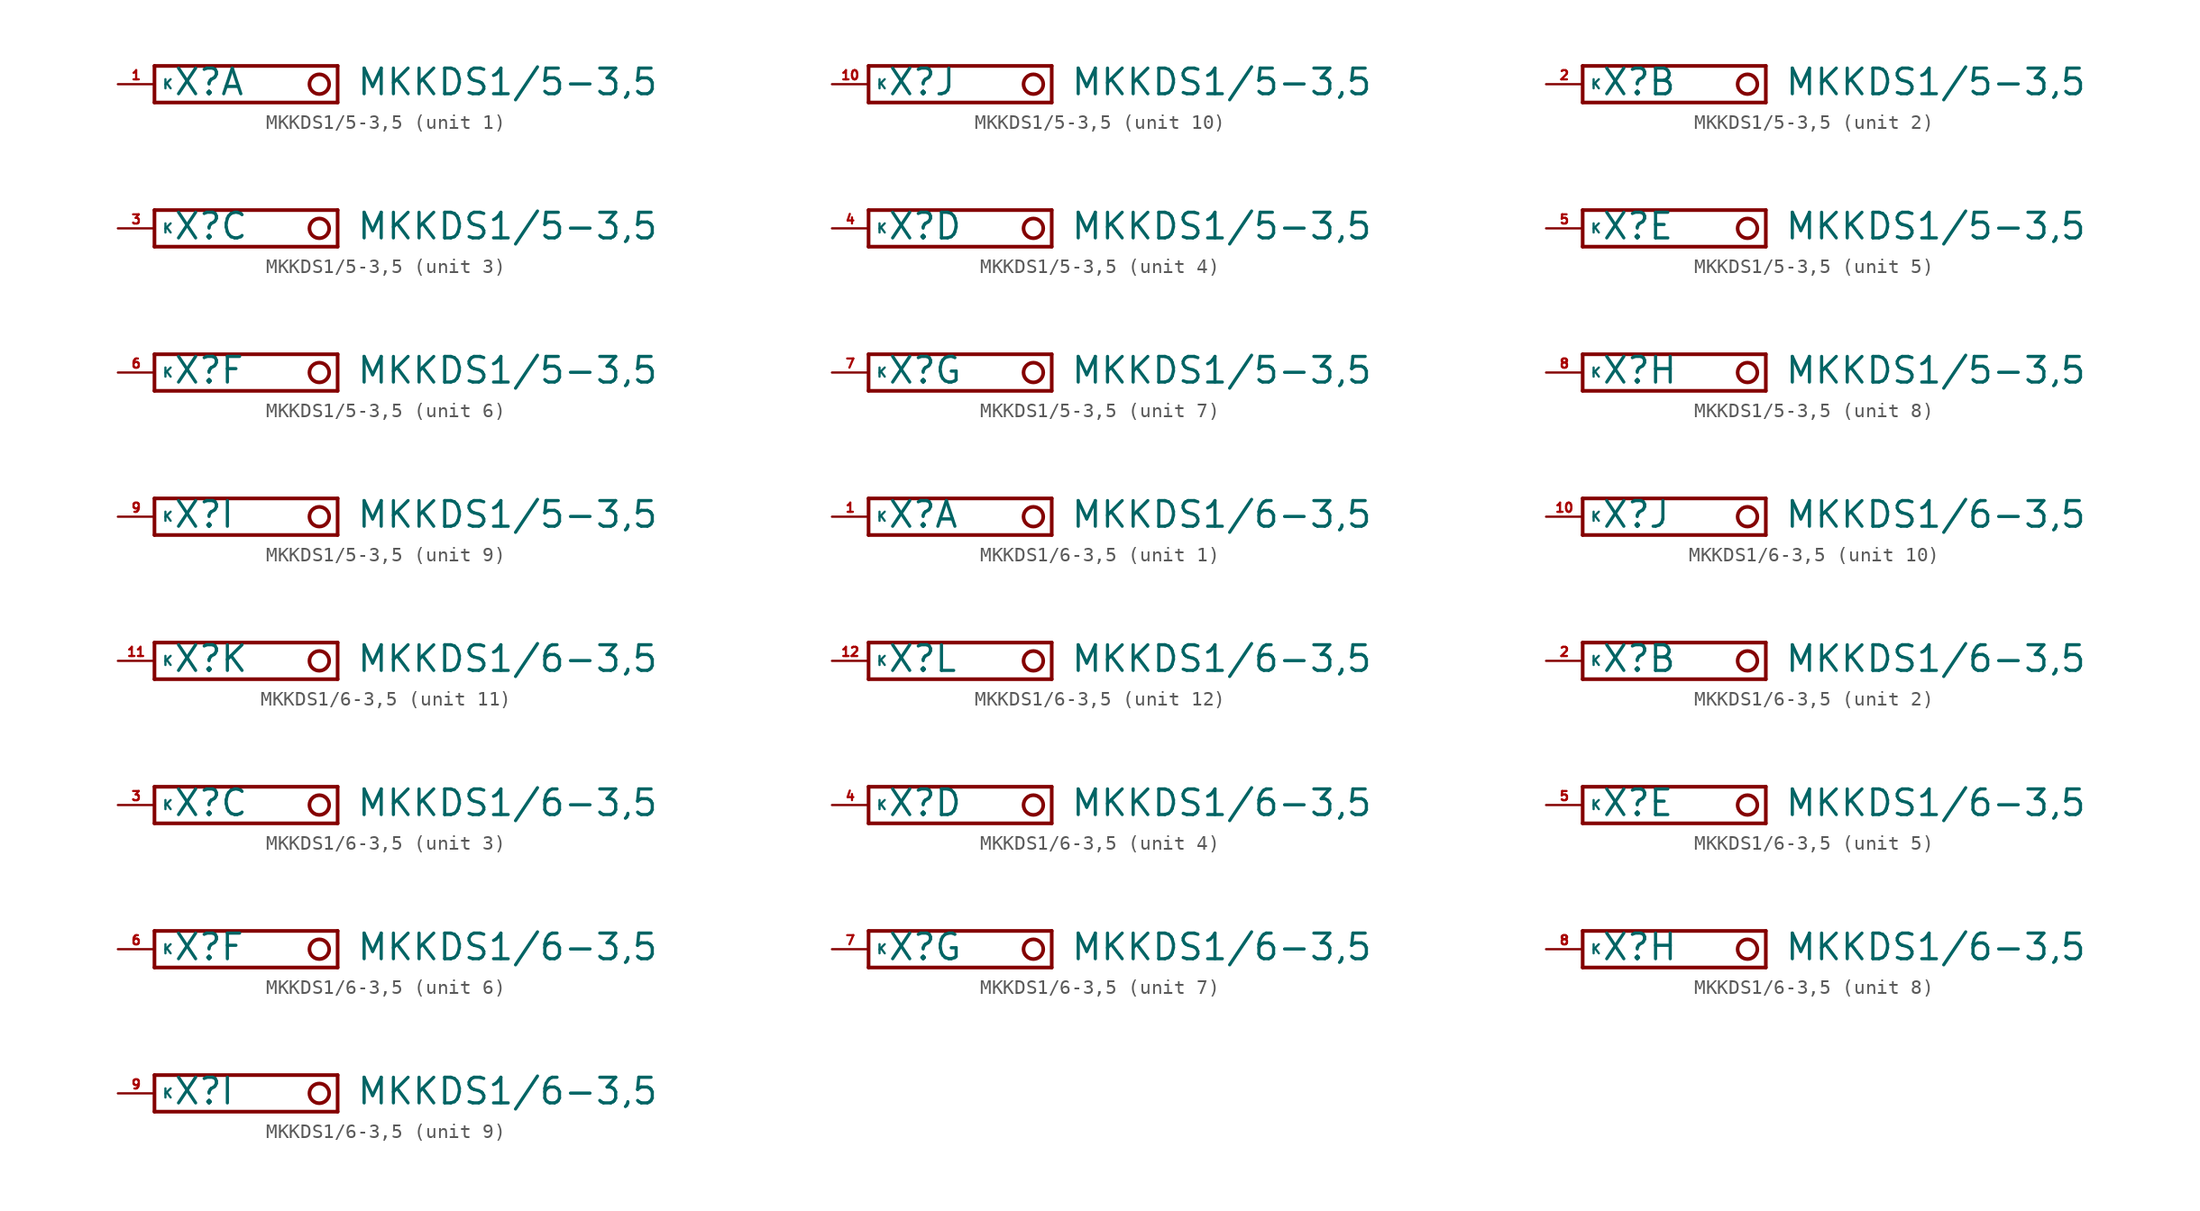
<source format=kicad_sym>
(kicad_symbol_lib
  (version 20220914)
  (generator Eagle2Kicad)
  (symbol "MKKDS1/5-3,5"
    (property "Reference" "X"
      (at 1.27 -0.889 0)
      (effects (font (size 1.778 1.778) (thickness 0.22)) (justify left bottom)))
    (property "Value" "MKKDS1/5-3,5"
      (at 13.97 -0.889 0)
      (effects (font (size 1.778 1.778) (thickness 0.22)) (justify left bottom)))
    (symbol "MKKDS1/5-3,5_1_0"
      (polyline (pts (xy 0 -1.27) (xy 0 1.27)) (stroke (width 0.254) (type default)) (fill (type none)))
      (polyline (pts (xy 12.7 -1.27) (xy 0 -1.27)) (stroke (width 0.254) (type default)) (fill (type none)))
      (polyline (pts (xy 12.7 -1.27) (xy 12.7 1.27)) (stroke (width 0.254) (type default)) (fill (type none)))
      (polyline (pts (xy 0 1.27) (xy 12.7 1.27)) (stroke (width 0.254) (type default)) (fill (type none)))
      (circle (center 11.43 0) (radius 0.684) (stroke (width 0.254) (type default)) (fill (type none)))
      (pin passive line (at -2.54 0 0) (length 2.54) (name "K" (effects (font (size 0.635 0.635) (thickness 0.08)) (justify left bottom))) (number "1" (effects (font (size 0.635 0.635) (thickness 0.08)) (justify left bottom)))))
    (symbol "MKKDS1/5-3,5_2_0"
      (polyline (pts (xy 0 -1.27) (xy 0 1.27)) (stroke (width 0.254) (type default)) (fill (type none)))
      (polyline (pts (xy 12.7 -1.27) (xy 0 -1.27)) (stroke (width 0.254) (type default)) (fill (type none)))
      (polyline (pts (xy 12.7 -1.27) (xy 12.7 1.27)) (stroke (width 0.254) (type default)) (fill (type none)))
      (polyline (pts (xy 0 1.27) (xy 12.7 1.27)) (stroke (width 0.254) (type default)) (fill (type none)))
      (circle (center 11.43 0) (radius 0.684) (stroke (width 0.254) (type default)) (fill (type none)))
      (pin passive line (at -2.54 0 0) (length 2.54) (name "K" (effects (font (size 0.635 0.635) (thickness 0.08)) (justify left bottom))) (number "2" (effects (font (size 0.635 0.635) (thickness 0.08)) (justify left bottom)))))
    (symbol "MKKDS1/5-3,5_3_0"
      (polyline (pts (xy 0 -1.27) (xy 0 1.27)) (stroke (width 0.254) (type default)) (fill (type none)))
      (polyline (pts (xy 12.7 -1.27) (xy 0 -1.27)) (stroke (width 0.254) (type default)) (fill (type none)))
      (polyline (pts (xy 12.7 -1.27) (xy 12.7 1.27)) (stroke (width 0.254) (type default)) (fill (type none)))
      (polyline (pts (xy 0 1.27) (xy 12.7 1.27)) (stroke (width 0.254) (type default)) (fill (type none)))
      (circle (center 11.43 0) (radius 0.684) (stroke (width 0.254) (type default)) (fill (type none)))
      (pin passive line (at -2.54 0 0) (length 2.54) (name "K" (effects (font (size 0.635 0.635) (thickness 0.08)) (justify left bottom))) (number "3" (effects (font (size 0.635 0.635) (thickness 0.08)) (justify left bottom)))))
    (symbol "MKKDS1/5-3,5_4_0"
      (polyline (pts (xy 0 -1.27) (xy 0 1.27)) (stroke (width 0.254) (type default)) (fill (type none)))
      (polyline (pts (xy 12.7 -1.27) (xy 0 -1.27)) (stroke (width 0.254) (type default)) (fill (type none)))
      (polyline (pts (xy 12.7 -1.27) (xy 12.7 1.27)) (stroke (width 0.254) (type default)) (fill (type none)))
      (polyline (pts (xy 0 1.27) (xy 12.7 1.27)) (stroke (width 0.254) (type default)) (fill (type none)))
      (circle (center 11.43 0) (radius 0.684) (stroke (width 0.254) (type default)) (fill (type none)))
      (pin passive line (at -2.54 0 0) (length 2.54) (name "K" (effects (font (size 0.635 0.635) (thickness 0.08)) (justify left bottom))) (number "4" (effects (font (size 0.635 0.635) (thickness 0.08)) (justify left bottom)))))
    (symbol "MKKDS1/5-3,5_5_0"
      (polyline (pts (xy 0 -1.27) (xy 0 1.27)) (stroke (width 0.254) (type default)) (fill (type none)))
      (polyline (pts (xy 12.7 -1.27) (xy 0 -1.27)) (stroke (width 0.254) (type default)) (fill (type none)))
      (polyline (pts (xy 12.7 -1.27) (xy 12.7 1.27)) (stroke (width 0.254) (type default)) (fill (type none)))
      (polyline (pts (xy 0 1.27) (xy 12.7 1.27)) (stroke (width 0.254) (type default)) (fill (type none)))
      (circle (center 11.43 0) (radius 0.684) (stroke (width 0.254) (type default)) (fill (type none)))
      (pin passive line (at -2.54 0 0) (length 2.54) (name "K" (effects (font (size 0.635 0.635) (thickness 0.08)) (justify left bottom))) (number "5" (effects (font (size 0.635 0.635) (thickness 0.08)) (justify left bottom)))))
    (symbol "MKKDS1/5-3,5_6_0"
      (polyline (pts (xy 0 -1.27) (xy 0 1.27)) (stroke (width 0.254) (type default)) (fill (type none)))
      (polyline (pts (xy 12.7 -1.27) (xy 0 -1.27)) (stroke (width 0.254) (type default)) (fill (type none)))
      (polyline (pts (xy 12.7 -1.27) (xy 12.7 1.27)) (stroke (width 0.254) (type default)) (fill (type none)))
      (polyline (pts (xy 0 1.27) (xy 12.7 1.27)) (stroke (width 0.254) (type default)) (fill (type none)))
      (circle (center 11.43 0) (radius 0.684) (stroke (width 0.254) (type default)) (fill (type none)))
      (pin passive line (at -2.54 0 0) (length 2.54) (name "K" (effects (font (size 0.635 0.635) (thickness 0.08)) (justify left bottom))) (number "6" (effects (font (size 0.635 0.635) (thickness 0.08)) (justify left bottom)))))
    (symbol "MKKDS1/5-3,5_7_0"
      (polyline (pts (xy 0 -1.27) (xy 0 1.27)) (stroke (width 0.254) (type default)) (fill (type none)))
      (polyline (pts (xy 12.7 -1.27) (xy 0 -1.27)) (stroke (width 0.254) (type default)) (fill (type none)))
      (polyline (pts (xy 12.7 -1.27) (xy 12.7 1.27)) (stroke (width 0.254) (type default)) (fill (type none)))
      (polyline (pts (xy 0 1.27) (xy 12.7 1.27)) (stroke (width 0.254) (type default)) (fill (type none)))
      (circle (center 11.43 0) (radius 0.684) (stroke (width 0.254) (type default)) (fill (type none)))
      (pin passive line (at -2.54 0 0) (length 2.54) (name "K" (effects (font (size 0.635 0.635) (thickness 0.08)) (justify left bottom))) (number "7" (effects (font (size 0.635 0.635) (thickness 0.08)) (justify left bottom)))))
    (symbol "MKKDS1/5-3,5_8_0"
      (polyline (pts (xy 0 -1.27) (xy 0 1.27)) (stroke (width 0.254) (type default)) (fill (type none)))
      (polyline (pts (xy 12.7 -1.27) (xy 0 -1.27)) (stroke (width 0.254) (type default)) (fill (type none)))
      (polyline (pts (xy 12.7 -1.27) (xy 12.7 1.27)) (stroke (width 0.254) (type default)) (fill (type none)))
      (polyline (pts (xy 0 1.27) (xy 12.7 1.27)) (stroke (width 0.254) (type default)) (fill (type none)))
      (circle (center 11.43 0) (radius 0.684) (stroke (width 0.254) (type default)) (fill (type none)))
      (pin passive line (at -2.54 0 0) (length 2.54) (name "K" (effects (font (size 0.635 0.635) (thickness 0.08)) (justify left bottom))) (number "8" (effects (font (size 0.635 0.635) (thickness 0.08)) (justify left bottom)))))
    (symbol "MKKDS1/5-3,5_9_0"
      (polyline (pts (xy 0 -1.27) (xy 0 1.27)) (stroke (width 0.254) (type default)) (fill (type none)))
      (polyline (pts (xy 12.7 -1.27) (xy 0 -1.27)) (stroke (width 0.254) (type default)) (fill (type none)))
      (polyline (pts (xy 12.7 -1.27) (xy 12.7 1.27)) (stroke (width 0.254) (type default)) (fill (type none)))
      (polyline (pts (xy 0 1.27) (xy 12.7 1.27)) (stroke (width 0.254) (type default)) (fill (type none)))
      (circle (center 11.43 0) (radius 0.684) (stroke (width 0.254) (type default)) (fill (type none)))
      (pin passive line (at -2.54 0 0) (length 2.54) (name "K" (effects (font (size 0.635 0.635) (thickness 0.08)) (justify left bottom))) (number "9" (effects (font (size 0.635 0.635) (thickness 0.08)) (justify left bottom)))))
    (symbol "MKKDS1/5-3,5_10_0"
      (polyline (pts (xy 0 -1.27) (xy 0 1.27)) (stroke (width 0.254) (type default)) (fill (type none)))
      (polyline (pts (xy 12.7 -1.27) (xy 0 -1.27)) (stroke (width 0.254) (type default)) (fill (type none)))
      (polyline (pts (xy 12.7 -1.27) (xy 12.7 1.27)) (stroke (width 0.254) (type default)) (fill (type none)))
      (polyline (pts (xy 0 1.27) (xy 12.7 1.27)) (stroke (width 0.254) (type default)) (fill (type none)))
      (circle (center 11.43 0) (radius 0.684) (stroke (width 0.254) (type default)) (fill (type none)))
      (pin passive line (at -2.54 0 0) (length 2.54) (name "K" (effects (font (size 0.635 0.635) (thickness 0.08)) (justify left bottom))) (number "10" (effects (font (size 0.635 0.635) (thickness 0.08)) (justify left bottom))))))
  (symbol "MKKDS1/6-3,5"
    (property "Reference" "X"
      (at 1.27 -0.889 0)
      (effects (font (size 1.778 1.778) (thickness 0.22)) (justify left bottom)))
    (property "Value" "MKKDS1/6-3,5"
      (at 13.97 -0.889 0)
      (effects (font (size 1.778 1.778) (thickness 0.22)) (justify left bottom)))
    (symbol "MKKDS1/6-3,5_1_0"
      (polyline (pts (xy 0 -1.27) (xy 0 1.27)) (stroke (width 0.254) (type default)) (fill (type none)))
      (polyline (pts (xy 12.7 -1.27) (xy 0 -1.27)) (stroke (width 0.254) (type default)) (fill (type none)))
      (polyline (pts (xy 12.7 -1.27) (xy 12.7 1.27)) (stroke (width 0.254) (type default)) (fill (type none)))
      (polyline (pts (xy 0 1.27) (xy 12.7 1.27)) (stroke (width 0.254) (type default)) (fill (type none)))
      (circle (center 11.43 0) (radius 0.684) (stroke (width 0.254) (type default)) (fill (type none)))
      (pin passive line (at -2.54 0 0) (length 2.54) (name "K" (effects (font (size 0.635 0.635) (thickness 0.08)) (justify left bottom))) (number "1" (effects (font (size 0.635 0.635) (thickness 0.08)) (justify left bottom)))))
    (symbol "MKKDS1/6-3,5_2_0"
      (polyline (pts (xy 0 -1.27) (xy 0 1.27)) (stroke (width 0.254) (type default)) (fill (type none)))
      (polyline (pts (xy 12.7 -1.27) (xy 0 -1.27)) (stroke (width 0.254) (type default)) (fill (type none)))
      (polyline (pts (xy 12.7 -1.27) (xy 12.7 1.27)) (stroke (width 0.254) (type default)) (fill (type none)))
      (polyline (pts (xy 0 1.27) (xy 12.7 1.27)) (stroke (width 0.254) (type default)) (fill (type none)))
      (circle (center 11.43 0) (radius 0.684) (stroke (width 0.254) (type default)) (fill (type none)))
      (pin passive line (at -2.54 0 0) (length 2.54) (name "K" (effects (font (size 0.635 0.635) (thickness 0.08)) (justify left bottom))) (number "2" (effects (font (size 0.635 0.635) (thickness 0.08)) (justify left bottom)))))
    (symbol "MKKDS1/6-3,5_3_0"
      (polyline (pts (xy 0 -1.27) (xy 0 1.27)) (stroke (width 0.254) (type default)) (fill (type none)))
      (polyline (pts (xy 12.7 -1.27) (xy 0 -1.27)) (stroke (width 0.254) (type default)) (fill (type none)))
      (polyline (pts (xy 12.7 -1.27) (xy 12.7 1.27)) (stroke (width 0.254) (type default)) (fill (type none)))
      (polyline (pts (xy 0 1.27) (xy 12.7 1.27)) (stroke (width 0.254) (type default)) (fill (type none)))
      (circle (center 11.43 0) (radius 0.684) (stroke (width 0.254) (type default)) (fill (type none)))
      (pin passive line (at -2.54 0 0) (length 2.54) (name "K" (effects (font (size 0.635 0.635) (thickness 0.08)) (justify left bottom))) (number "3" (effects (font (size 0.635 0.635) (thickness 0.08)) (justify left bottom)))))
    (symbol "MKKDS1/6-3,5_4_0"
      (polyline (pts (xy 0 -1.27) (xy 0 1.27)) (stroke (width 0.254) (type default)) (fill (type none)))
      (polyline (pts (xy 12.7 -1.27) (xy 0 -1.27)) (stroke (width 0.254) (type default)) (fill (type none)))
      (polyline (pts (xy 12.7 -1.27) (xy 12.7 1.27)) (stroke (width 0.254) (type default)) (fill (type none)))
      (polyline (pts (xy 0 1.27) (xy 12.7 1.27)) (stroke (width 0.254) (type default)) (fill (type none)))
      (circle (center 11.43 0) (radius 0.684) (stroke (width 0.254) (type default)) (fill (type none)))
      (pin passive line (at -2.54 0 0) (length 2.54) (name "K" (effects (font (size 0.635 0.635) (thickness 0.08)) (justify left bottom))) (number "4" (effects (font (size 0.635 0.635) (thickness 0.08)) (justify left bottom)))))
    (symbol "MKKDS1/6-3,5_5_0"
      (polyline (pts (xy 0 -1.27) (xy 0 1.27)) (stroke (width 0.254) (type default)) (fill (type none)))
      (polyline (pts (xy 12.7 -1.27) (xy 0 -1.27)) (stroke (width 0.254) (type default)) (fill (type none)))
      (polyline (pts (xy 12.7 -1.27) (xy 12.7 1.27)) (stroke (width 0.254) (type default)) (fill (type none)))
      (polyline (pts (xy 0 1.27) (xy 12.7 1.27)) (stroke (width 0.254) (type default)) (fill (type none)))
      (circle (center 11.43 0) (radius 0.684) (stroke (width 0.254) (type default)) (fill (type none)))
      (pin passive line (at -2.54 0 0) (length 2.54) (name "K" (effects (font (size 0.635 0.635) (thickness 0.08)) (justify left bottom))) (number "5" (effects (font (size 0.635 0.635) (thickness 0.08)) (justify left bottom)))))
    (symbol "MKKDS1/6-3,5_6_0"
      (polyline (pts (xy 0 -1.27) (xy 0 1.27)) (stroke (width 0.254) (type default)) (fill (type none)))
      (polyline (pts (xy 12.7 -1.27) (xy 0 -1.27)) (stroke (width 0.254) (type default)) (fill (type none)))
      (polyline (pts (xy 12.7 -1.27) (xy 12.7 1.27)) (stroke (width 0.254) (type default)) (fill (type none)))
      (polyline (pts (xy 0 1.27) (xy 12.7 1.27)) (stroke (width 0.254) (type default)) (fill (type none)))
      (circle (center 11.43 0) (radius 0.684) (stroke (width 0.254) (type default)) (fill (type none)))
      (pin passive line (at -2.54 0 0) (length 2.54) (name "K" (effects (font (size 0.635 0.635) (thickness 0.08)) (justify left bottom))) (number "6" (effects (font (size 0.635 0.635) (thickness 0.08)) (justify left bottom)))))
    (symbol "MKKDS1/6-3,5_7_0"
      (polyline (pts (xy 0 -1.27) (xy 0 1.27)) (stroke (width 0.254) (type default)) (fill (type none)))
      (polyline (pts (xy 12.7 -1.27) (xy 0 -1.27)) (stroke (width 0.254) (type default)) (fill (type none)))
      (polyline (pts (xy 12.7 -1.27) (xy 12.7 1.27)) (stroke (width 0.254) (type default)) (fill (type none)))
      (polyline (pts (xy 0 1.27) (xy 12.7 1.27)) (stroke (width 0.254) (type default)) (fill (type none)))
      (circle (center 11.43 0) (radius 0.684) (stroke (width 0.254) (type default)) (fill (type none)))
      (pin passive line (at -2.54 0 0) (length 2.54) (name "K" (effects (font (size 0.635 0.635) (thickness 0.08)) (justify left bottom))) (number "7" (effects (font (size 0.635 0.635) (thickness 0.08)) (justify left bottom)))))
    (symbol "MKKDS1/6-3,5_8_0"
      (polyline (pts (xy 0 -1.27) (xy 0 1.27)) (stroke (width 0.254) (type default)) (fill (type none)))
      (polyline (pts (xy 12.7 -1.27) (xy 0 -1.27)) (stroke (width 0.254) (type default)) (fill (type none)))
      (polyline (pts (xy 12.7 -1.27) (xy 12.7 1.27)) (stroke (width 0.254) (type default)) (fill (type none)))
      (polyline (pts (xy 0 1.27) (xy 12.7 1.27)) (stroke (width 0.254) (type default)) (fill (type none)))
      (circle (center 11.43 0) (radius 0.684) (stroke (width 0.254) (type default)) (fill (type none)))
      (pin passive line (at -2.54 0 0) (length 2.54) (name "K" (effects (font (size 0.635 0.635) (thickness 0.08)) (justify left bottom))) (number "8" (effects (font (size 0.635 0.635) (thickness 0.08)) (justify left bottom)))))
    (symbol "MKKDS1/6-3,5_9_0"
      (polyline (pts (xy 0 -1.27) (xy 0 1.27)) (stroke (width 0.254) (type default)) (fill (type none)))
      (polyline (pts (xy 12.7 -1.27) (xy 0 -1.27)) (stroke (width 0.254) (type default)) (fill (type none)))
      (polyline (pts (xy 12.7 -1.27) (xy 12.7 1.27)) (stroke (width 0.254) (type default)) (fill (type none)))
      (polyline (pts (xy 0 1.27) (xy 12.7 1.27)) (stroke (width 0.254) (type default)) (fill (type none)))
      (circle (center 11.43 0) (radius 0.684) (stroke (width 0.254) (type default)) (fill (type none)))
      (pin passive line (at -2.54 0 0) (length 2.54) (name "K" (effects (font (size 0.635 0.635) (thickness 0.08)) (justify left bottom))) (number "9" (effects (font (size 0.635 0.635) (thickness 0.08)) (justify left bottom)))))
    (symbol "MKKDS1/6-3,5_10_0"
      (polyline (pts (xy 0 -1.27) (xy 0 1.27)) (stroke (width 0.254) (type default)) (fill (type none)))
      (polyline (pts (xy 12.7 -1.27) (xy 0 -1.27)) (stroke (width 0.254) (type default)) (fill (type none)))
      (polyline (pts (xy 12.7 -1.27) (xy 12.7 1.27)) (stroke (width 0.254) (type default)) (fill (type none)))
      (polyline (pts (xy 0 1.27) (xy 12.7 1.27)) (stroke (width 0.254) (type default)) (fill (type none)))
      (circle (center 11.43 0) (radius 0.684) (stroke (width 0.254) (type default)) (fill (type none)))
      (pin passive line (at -2.54 0 0) (length 2.54) (name "K" (effects (font (size 0.635 0.635) (thickness 0.08)) (justify left bottom))) (number "10" (effects (font (size 0.635 0.635) (thickness 0.08)) (justify left bottom)))))
    (symbol "MKKDS1/6-3,5_11_0"
      (polyline (pts (xy 0 -1.27) (xy 0 1.27)) (stroke (width 0.254) (type default)) (fill (type none)))
      (polyline (pts (xy 12.7 -1.27) (xy 0 -1.27)) (stroke (width 0.254) (type default)) (fill (type none)))
      (polyline (pts (xy 12.7 -1.27) (xy 12.7 1.27)) (stroke (width 0.254) (type default)) (fill (type none)))
      (polyline (pts (xy 0 1.27) (xy 12.7 1.27)) (stroke (width 0.254) (type default)) (fill (type none)))
      (circle (center 11.43 0) (radius 0.684) (stroke (width 0.254) (type default)) (fill (type none)))
      (pin passive line (at -2.54 0 0) (length 2.54) (name "K" (effects (font (size 0.635 0.635) (thickness 0.08)) (justify left bottom))) (number "11" (effects (font (size 0.635 0.635) (thickness 0.08)) (justify left bottom)))))
    (symbol "MKKDS1/6-3,5_12_0"
      (polyline (pts (xy 0 -1.27) (xy 0 1.27)) (stroke (width 0.254) (type default)) (fill (type none)))
      (polyline (pts (xy 12.7 -1.27) (xy 0 -1.27)) (stroke (width 0.254) (type default)) (fill (type none)))
      (polyline (pts (xy 12.7 -1.27) (xy 12.7 1.27)) (stroke (width 0.254) (type default)) (fill (type none)))
      (polyline (pts (xy 0 1.27) (xy 12.7 1.27)) (stroke (width 0.254) (type default)) (fill (type none)))
      (circle (center 11.43 0) (radius 0.684) (stroke (width 0.254) (type default)) (fill (type none)))
      (pin passive line (at -2.54 0 0) (length 2.54) (name "K" (effects (font (size 0.635 0.635) (thickness 0.08)) (justify left bottom))) (number "12" (effects (font (size 0.635 0.635) (thickness 0.08)) (justify left bottom)))))))
</source>
